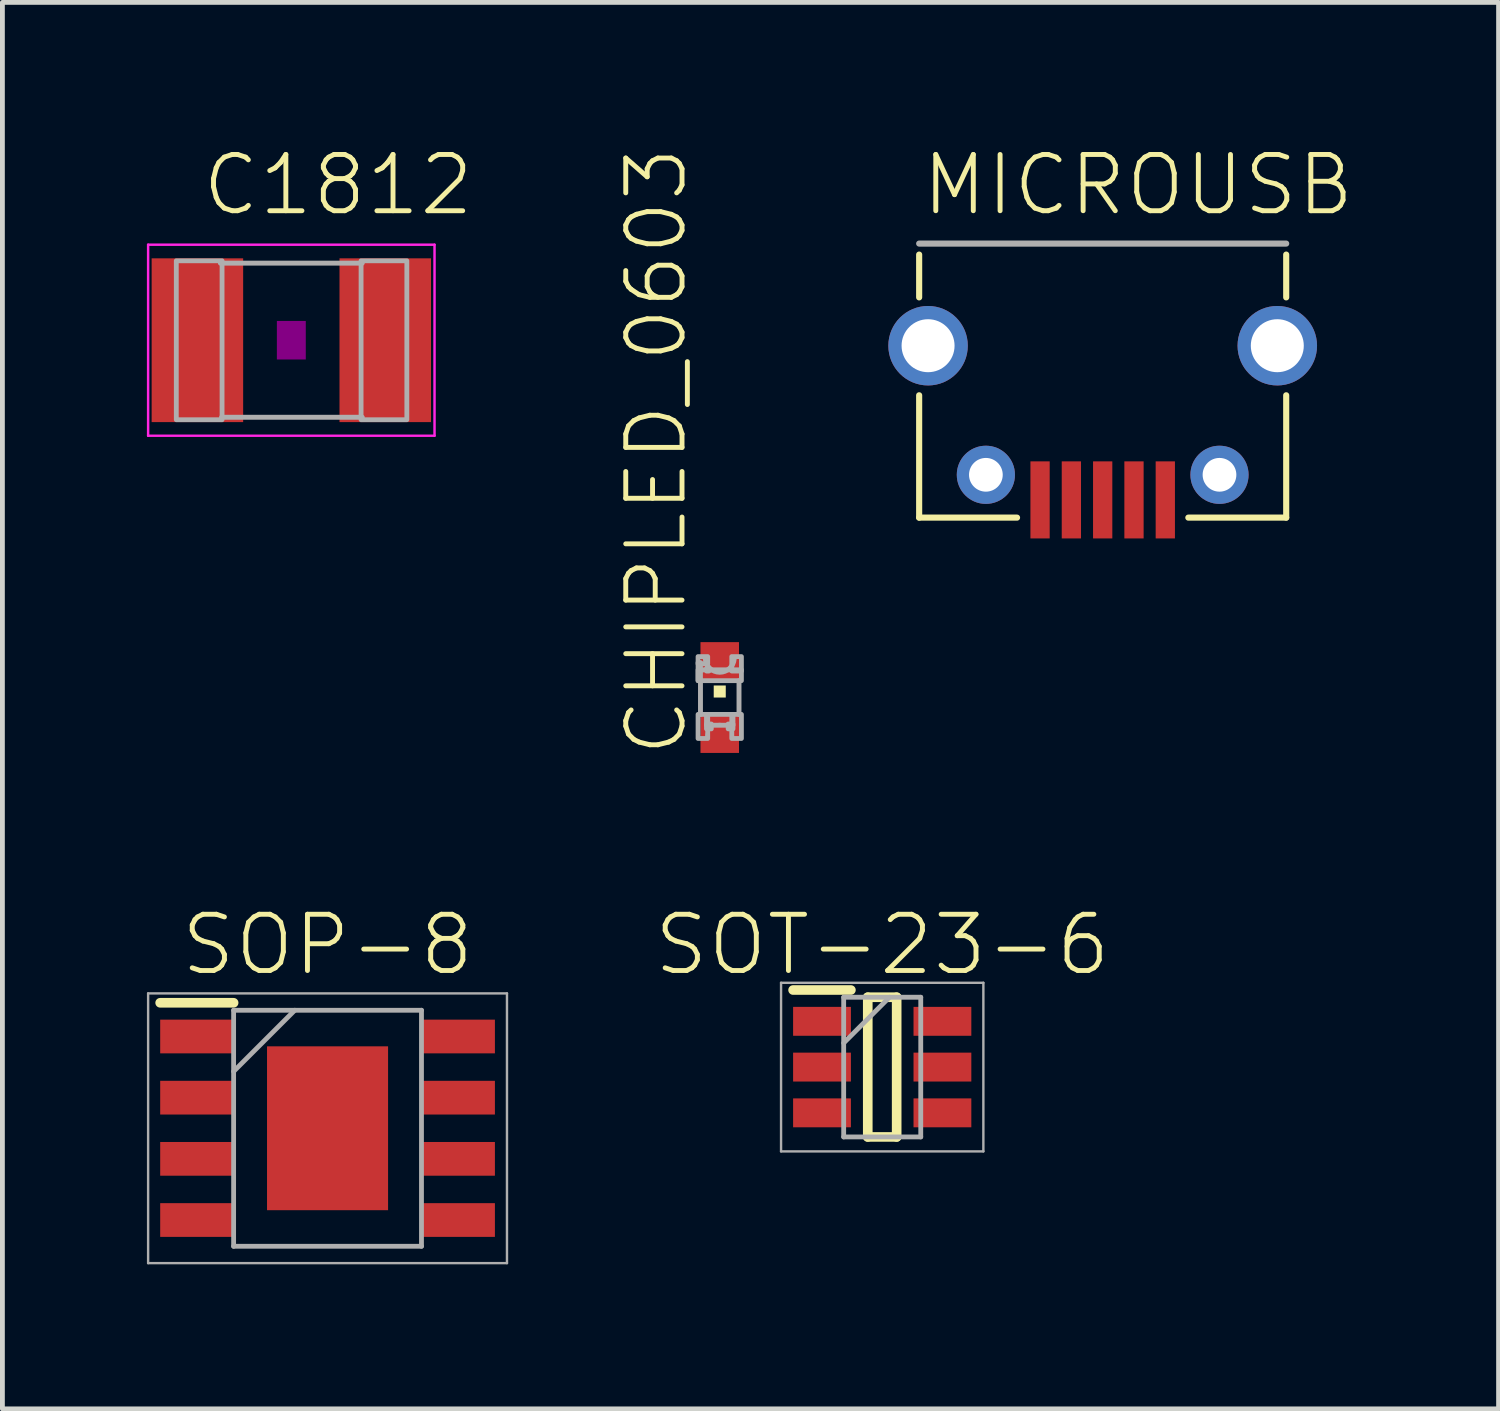
<source format=kicad_pcb>
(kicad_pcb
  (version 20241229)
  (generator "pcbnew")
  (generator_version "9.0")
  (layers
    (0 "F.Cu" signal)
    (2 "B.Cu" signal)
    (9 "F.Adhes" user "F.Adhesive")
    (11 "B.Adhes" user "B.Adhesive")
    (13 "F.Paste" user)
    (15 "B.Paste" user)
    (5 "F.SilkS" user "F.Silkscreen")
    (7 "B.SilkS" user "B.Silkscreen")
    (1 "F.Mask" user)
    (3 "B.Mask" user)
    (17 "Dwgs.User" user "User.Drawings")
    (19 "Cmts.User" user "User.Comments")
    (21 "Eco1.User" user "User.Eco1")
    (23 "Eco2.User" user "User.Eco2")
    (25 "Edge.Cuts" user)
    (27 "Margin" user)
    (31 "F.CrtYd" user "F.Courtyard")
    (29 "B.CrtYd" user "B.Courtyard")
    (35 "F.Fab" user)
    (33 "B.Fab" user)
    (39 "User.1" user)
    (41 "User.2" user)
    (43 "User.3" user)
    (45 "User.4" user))
  (footprint "SOP-8"
    (layer "F.Cu")
    (at 3.75 20.373)
    (property "Reference" "SOP-8" (at 0 -3.81 0) (layer "F.SilkS") (effects (font (size 1.168 1.168) (thickness 0.102))))
    (fp_line (start -3.475 -2.605) (end -1.95 -2.605) (stroke (width 0.2) (type solid)) (layer "F.SilkS"))
    (fp_line (start -3.725 -2.8) (end 3.725 -2.8) (stroke (width 0.05) (type solid)) (layer "F.Fab"))
    (fp_line (start -3.725 2.8) (end -3.725 -2.8) (stroke (width 0.05) (type solid)) (layer "F.Fab"))
    (fp_line (start -1.95 -2.45) (end 1.95 -2.45) (stroke (width 0.1) (type solid)) (layer "F.Fab"))
    (fp_line (start -1.95 -1.18) (end -0.68 -2.45) (stroke (width 0.1) (type solid)) (layer "F.Fab"))
    (fp_line (start -1.95 2.45) (end -1.95 -2.45) (stroke (width 0.1) (type solid)) (layer "F.Fab"))
    (fp_line (start 1.95 -2.45) (end 1.95 2.45) (stroke (width 0.1) (type solid)) (layer "F.Fab"))
    (fp_line (start 1.95 2.45) (end -1.95 2.45) (stroke (width 0.1) (type solid)) (layer "F.Fab"))
    (fp_line (start 3.725 -2.8) (end 3.725 2.8) (stroke (width 0.05) (type solid)) (layer "F.Fab"))
    (fp_line (start 3.725 2.8) (end -3.725 2.8) (stroke (width 0.05) (type solid)) (layer "F.Fab"))
    (pad "1" smd rect (at -2.712 -1.905) (size 1.525 0.7) (layers "F.Cu" "F.Mask" "F.Paste"))
    (pad "2" smd rect (at -2.712 -0.635) (size 1.525 0.7) (layers "F.Cu" "F.Mask" "F.Paste"))
    (pad "3" smd rect (at -2.712 0.635) (size 1.525 0.7) (layers "F.Cu" "F.Mask" "F.Paste"))
    (pad "4" smd rect (at -2.712 1.905) (size 1.525 0.7) (layers "F.Cu" "F.Mask" "F.Paste"))
    (pad "5" smd rect (at 2.712 1.905) (size 1.525 0.7) (layers "F.Cu" "F.Mask" "F.Paste"))
    (pad "6" smd rect (at 2.712 0.635) (size 1.525 0.7) (layers "F.Cu" "F.Mask" "F.Paste"))
    (pad "7" smd rect (at 2.712 -0.635) (size 1.525 0.7) (layers "F.Cu" "F.Mask" "F.Paste"))
    (pad "8" smd rect (at 2.712 -1.905) (size 1.525 0.7) (layers "F.Cu" "F.Mask" "F.Paste"))
    (pad "9" smd rect (at 0 0 90) (size 3.402 2.513) (layers "F.Cu" "F.Mask" "F.Paste")))
  (footprint "CHIPLED_0603"
    (layer "F.Cu")
    (at 11.892 11.431)
    (property "Reference" "CHIPLED_0603" (at -0.635 1.27 90) (layer "F.SilkS") (effects (font (size 1.168 1.168) (thickness 0.102)) (justify left bottom)))
    (fp_poly (pts (xy -0.125 0) (xy 0.125 0) (xy 0.125 -0.25) (xy -0.125 -0.25)) (stroke (width 0) (type default)) (fill yes) (layer "F.SilkS"))
    (fp_line (start -0.4 -0.375) (end -0.4 0.35) (stroke (width 0.102) (type solid)) (layer "F.Fab"))
    (fp_line (start 0.4 -0.35) (end 0.4 0.35) (stroke (width 0.102) (type solid)) (layer "F.Fab"))
    (fp_arc (start -0.275 0.825) (mid 0 0.55) (end 0.275 0.825) (stroke (width 0.0508) (type solid)) (layer "F.Fab"))
    (fp_arc (start 0.3 -0.799998) (mid -0.000001 -0.524966) (end -0.3 -0.8) (stroke (width 0.1016) (type solid)) (layer "F.Fab"))
    (fp_circle (center -0.35 -0.625) (end -0.275 -0.625) (stroke (width 0.051) (type solid)) (fill no) (layer "F.Fab"))
    (fp_poly (pts (xy -0.45 -0.7) (xy -0.25 -0.7) (xy -0.25 -0.85) (xy -0.45 -0.85)) (stroke (width 0.1) (type default)) (fill no) (layer "F.Fab"))
    (fp_poly (pts (xy -0.45 -0.35) (xy -0.4 -0.35) (xy -0.4 -0.725) (xy -0.45 -0.725)) (stroke (width 0.1) (type default)) (fill no) (layer "F.Fab"))
    (fp_poly (pts (xy -0.45 -0.35) (xy 0.45 -0.35) (xy 0.45 -0.575) (xy -0.45 -0.575)) (stroke (width 0.1) (type default)) (fill no) (layer "F.Fab"))
    (fp_poly (pts (xy -0.45 0.85) (xy -0.25 0.85) (xy -0.25 0.35) (xy -0.45 0.35)) (stroke (width 0.1) (type default)) (fill no) (layer "F.Fab"))
    (fp_poly (pts (xy -0.275 -0.55) (xy -0.225 -0.55) (xy -0.225 -0.6) (xy -0.275 -0.6)) (stroke (width 0.1) (type default)) (fill no) (layer "F.Fab"))
    (fp_poly (pts (xy -0.275 0.575) (xy 0.275 0.575) (xy 0.275 0.35) (xy -0.275 0.35)) (stroke (width 0.1) (type default)) (fill no) (layer "F.Fab"))
    (fp_poly (pts (xy -0.275 0.65) (xy -0.175 0.65) (xy -0.175 0.55) (xy -0.275 0.55)) (stroke (width 0.1) (type default)) (fill no) (layer "F.Fab"))
    (fp_poly (pts (xy 0.175 0.65) (xy 0.275 0.65) (xy 0.275 0.55) (xy 0.175 0.55)) (stroke (width 0.1) (type default)) (fill no) (layer "F.Fab"))
    (fp_poly (pts (xy 0.25 -0.55) (xy 0.45 -0.55) (xy 0.45 -0.85) (xy 0.25 -0.85)) (stroke (width 0.1) (type default)) (fill no) (layer "F.Fab"))
    (fp_poly (pts (xy 0.25 0.85) (xy 0.45 0.85) (xy 0.45 0.35) (xy 0.25 0.35)) (stroke (width 0.1) (type default)) (fill no) (layer "F.Fab"))
    (pad "A" smd rect (at 0 0.75) (size 0.8 0.8) (layers "F.Cu" "F.Mask" "F.Paste"))
    (pad "C" smd rect (at 0 -0.75) (size 0.8 0.8) (layers "F.Cu" "F.Mask" "F.Paste")))
  (footprint "C1812"
    (layer "F.Cu")
    (at 2.998 4.013)
    (property "Reference" "C1812" (at -1.905 -2.54 0) (layer "F.SilkS") (effects (font (size 1.168 1.168) (thickness 0.102)) (justify left bottom)))
    (fp_poly (pts (xy -0.3 0.4) (xy 0.3 0.4) (xy 0.3 -0.4) (xy -0.3 -0.4)) (stroke (width 0) (type default)) (fill yes) (layer "F.Adhes"))
    (fp_line (start -2.973 -1.983) (end 2.973 -1.983) (stroke (width 0.051) (type solid)) (layer "F.CrtYd"))
    (fp_line (start -2.973 1.983) (end -2.973 -1.983) (stroke (width 0.051) (type solid)) (layer "F.CrtYd"))
    (fp_line (start 2.973 -1.983) (end 2.973 1.983) (stroke (width 0.051) (type solid)) (layer "F.CrtYd"))
    (fp_line (start 2.973 1.983) (end -2.973 1.983) (stroke (width 0.051) (type solid)) (layer "F.CrtYd"))
    (fp_line (start -1.473 -1.6) (end 1.473 -1.6) (stroke (width 0.102) (type solid)) (layer "F.Fab"))
    (fp_line (start -1.448 1.6) (end 1.473 1.6) (stroke (width 0.102) (type solid)) (layer "F.Fab"))
    (fp_poly (pts (xy -2.388 1.651) (xy -1.438 1.651) (xy -1.438 -1.649) (xy -2.388 -1.649)) (stroke (width 0.1) (type default)) (fill no) (layer "F.Fab"))
    (fp_poly (pts (xy 1.448 1.651) (xy 2.398 1.651) (xy 2.398 -1.649) (xy 1.448 -1.649)) (stroke (width 0.1) (type default)) (fill no) (layer "F.Fab"))
    (pad "1" smd rect (at -1.95 0) (size 1.9 3.4) (layers "F.Cu" "F.Mask" "F.Paste"))
    (pad "2" smd rect (at 1.95 0) (size 1.9 3.4) (layers "F.Cu" "F.Mask" "F.Paste")))
  (footprint "MICROUSB"
    (layer "F.Cu")
    (at 19.842 4.648)
    (property "Reference" "MICROUSB" (at -3.81 -3.175 0) (layer "F.SilkS") (effects (font (size 1.168 1.168) (thickness 0.102)) (justify left bottom)))
    (fp_line (start -3.81 -1.524) (end -3.81 -2.413) (stroke (width 0.127) (type solid)) (layer "F.SilkS"))
    (fp_line (start -3.81 0.508) (end -3.81 3.048) (stroke (width 0.127) (type solid)) (layer "F.SilkS"))
    (fp_line (start -3.81 3.048) (end -1.778 3.048) (stroke (width 0.127) (type solid)) (layer "F.SilkS"))
    (fp_line (start 3.81 -1.524) (end 3.81 -2.413) (stroke (width 0.127) (type solid)) (layer "F.SilkS"))
    (fp_line (start 3.81 3.048) (end 1.778 3.048) (stroke (width 0.127) (type solid)) (layer "F.SilkS"))
    (fp_line (start 3.81 3.048) (end 3.81 0.508) (stroke (width 0.127) (type solid)) (layer "F.SilkS"))
    (fp_line (start -3.81 -2.641) (end 3.81 -2.641) (stroke (width 0.127) (type solid)) (layer "F.Fab"))
    (pad "1" smd rect (at 1.3 2.68 90) (size 1.6 0.4) (layers "F.Cu" "F.Mask" "F.Paste"))
    (pad "2" smd rect (at 0.65 2.68 90) (size 1.6 0.4) (layers "F.Cu" "F.Mask" "F.Paste"))
    (pad "3" smd rect (at 0 2.68 90) (size 1.6 0.4) (layers "F.Cu" "F.Mask" "F.Paste"))
    (pad "4" smd rect (at -0.65 2.68 90) (size 1.6 0.4) (layers "F.Cu" "F.Mask" "F.Paste"))
    (pad "5" smd rect (at -1.3 2.68 90) (size 1.6 0.4) (layers "F.Cu" "F.Mask" "F.Paste"))
    (pad "MP1" thru_hole circle (at -3.625 -0.521) (size 1.65 1.65) (drill 1.1) (layers "*.Cu" "*.Mask"))
    (pad "MP2" thru_hole circle (at -2.425 2.159) (size 1.208 1.208) (drill 0.7) (layers "*.Cu" "*.Mask"))
    (pad "MP3" thru_hole circle (at 2.425 2.159) (size 1.208 1.208) (drill 0.7) (layers "*.Cu" "*.Mask"))
    (pad "MP4" thru_hole circle (at 3.625 -0.521) (size 1.65 1.65) (drill 1.1) (layers "*.Cu" "*.Mask")))
  (footprint "SOT-23-6"
    (layer "F.Cu")
    (at 15.265 19.103)
    (property "Reference" "SOT-23-6" (at 0 -2.54 0) (layer "F.SilkS") (effects (font (size 1.168 1.168) (thickness 0.102))))
    (fp_line (start -1.85 -1.6) (end -0.65 -1.6) (stroke (width 0.2) (type solid)) (layer "F.SilkS"))
    (fp_line (start -0.3 -1.45) (end 0.3 -1.45) (stroke (width 0.2) (type solid)) (layer "F.SilkS"))
    (fp_line (start -0.3 1.45) (end -0.3 -1.45) (stroke (width 0.2) (type solid)) (layer "F.SilkS"))
    (fp_line (start 0.3 -1.45) (end 0.3 1.45) (stroke (width 0.2) (type solid)) (layer "F.SilkS"))
    (fp_line (start 0.3 1.45) (end -0.3 1.45) (stroke (width 0.2) (type solid)) (layer "F.SilkS"))
    (fp_line (start -2.1 -1.75) (end 2.1 -1.75) (stroke (width 0.05) (type solid)) (layer "F.Fab"))
    (fp_line (start -2.1 1.75) (end -2.1 -1.75) (stroke (width 0.05) (type solid)) (layer "F.Fab"))
    (fp_line (start -0.8 -1.45) (end 0.8 -1.45) (stroke (width 0.1) (type solid)) (layer "F.Fab"))
    (fp_line (start -0.8 -0.5) (end 0.15 -1.45) (stroke (width 0.1) (type solid)) (layer "F.Fab"))
    (fp_line (start -0.8 1.45) (end -0.8 -1.45) (stroke (width 0.1) (type solid)) (layer "F.Fab"))
    (fp_line (start 0.8 -1.45) (end 0.8 1.45) (stroke (width 0.1) (type solid)) (layer "F.Fab"))
    (fp_line (start 0.8 1.45) (end -0.8 1.45) (stroke (width 0.1) (type solid)) (layer "F.Fab"))
    (fp_line (start 2.1 -1.75) (end 2.1 1.75) (stroke (width 0.05) (type solid)) (layer "F.Fab"))
    (fp_line (start 2.1 1.75) (end -2.1 1.75) (stroke (width 0.05) (type solid)) (layer "F.Fab"))
    (pad "1" smd rect (at -1.25 -0.95) (size 1.2 0.6) (layers "F.Cu" "F.Mask" "F.Paste"))
    (pad "2" smd rect (at -1.25 0) (size 1.2 0.6) (layers "F.Cu" "F.Mask" "F.Paste"))
    (pad "3" smd rect (at -1.25 0.95) (size 1.2 0.6) (layers "F.Cu" "F.Mask" "F.Paste"))
    (pad "4" smd rect (at 1.25 0.95) (size 1.2 0.6) (layers "F.Cu" "F.Mask" "F.Paste"))
    (pad "5" smd rect (at 1.25 0) (size 1.2 0.6) (layers "F.Cu" "F.Mask" "F.Paste"))
    (pad "6" smd rect (at 1.25 -0.95) (size 1.2 0.6) (layers "F.Cu" "F.Mask" "F.Paste")))
  (gr_rect
    (start -3 -3)
    (end 28.061 26.198)
    (stroke (width 0.1) (type default))
    (fill no)
    (layer "Edge.Cuts")))
</source>
